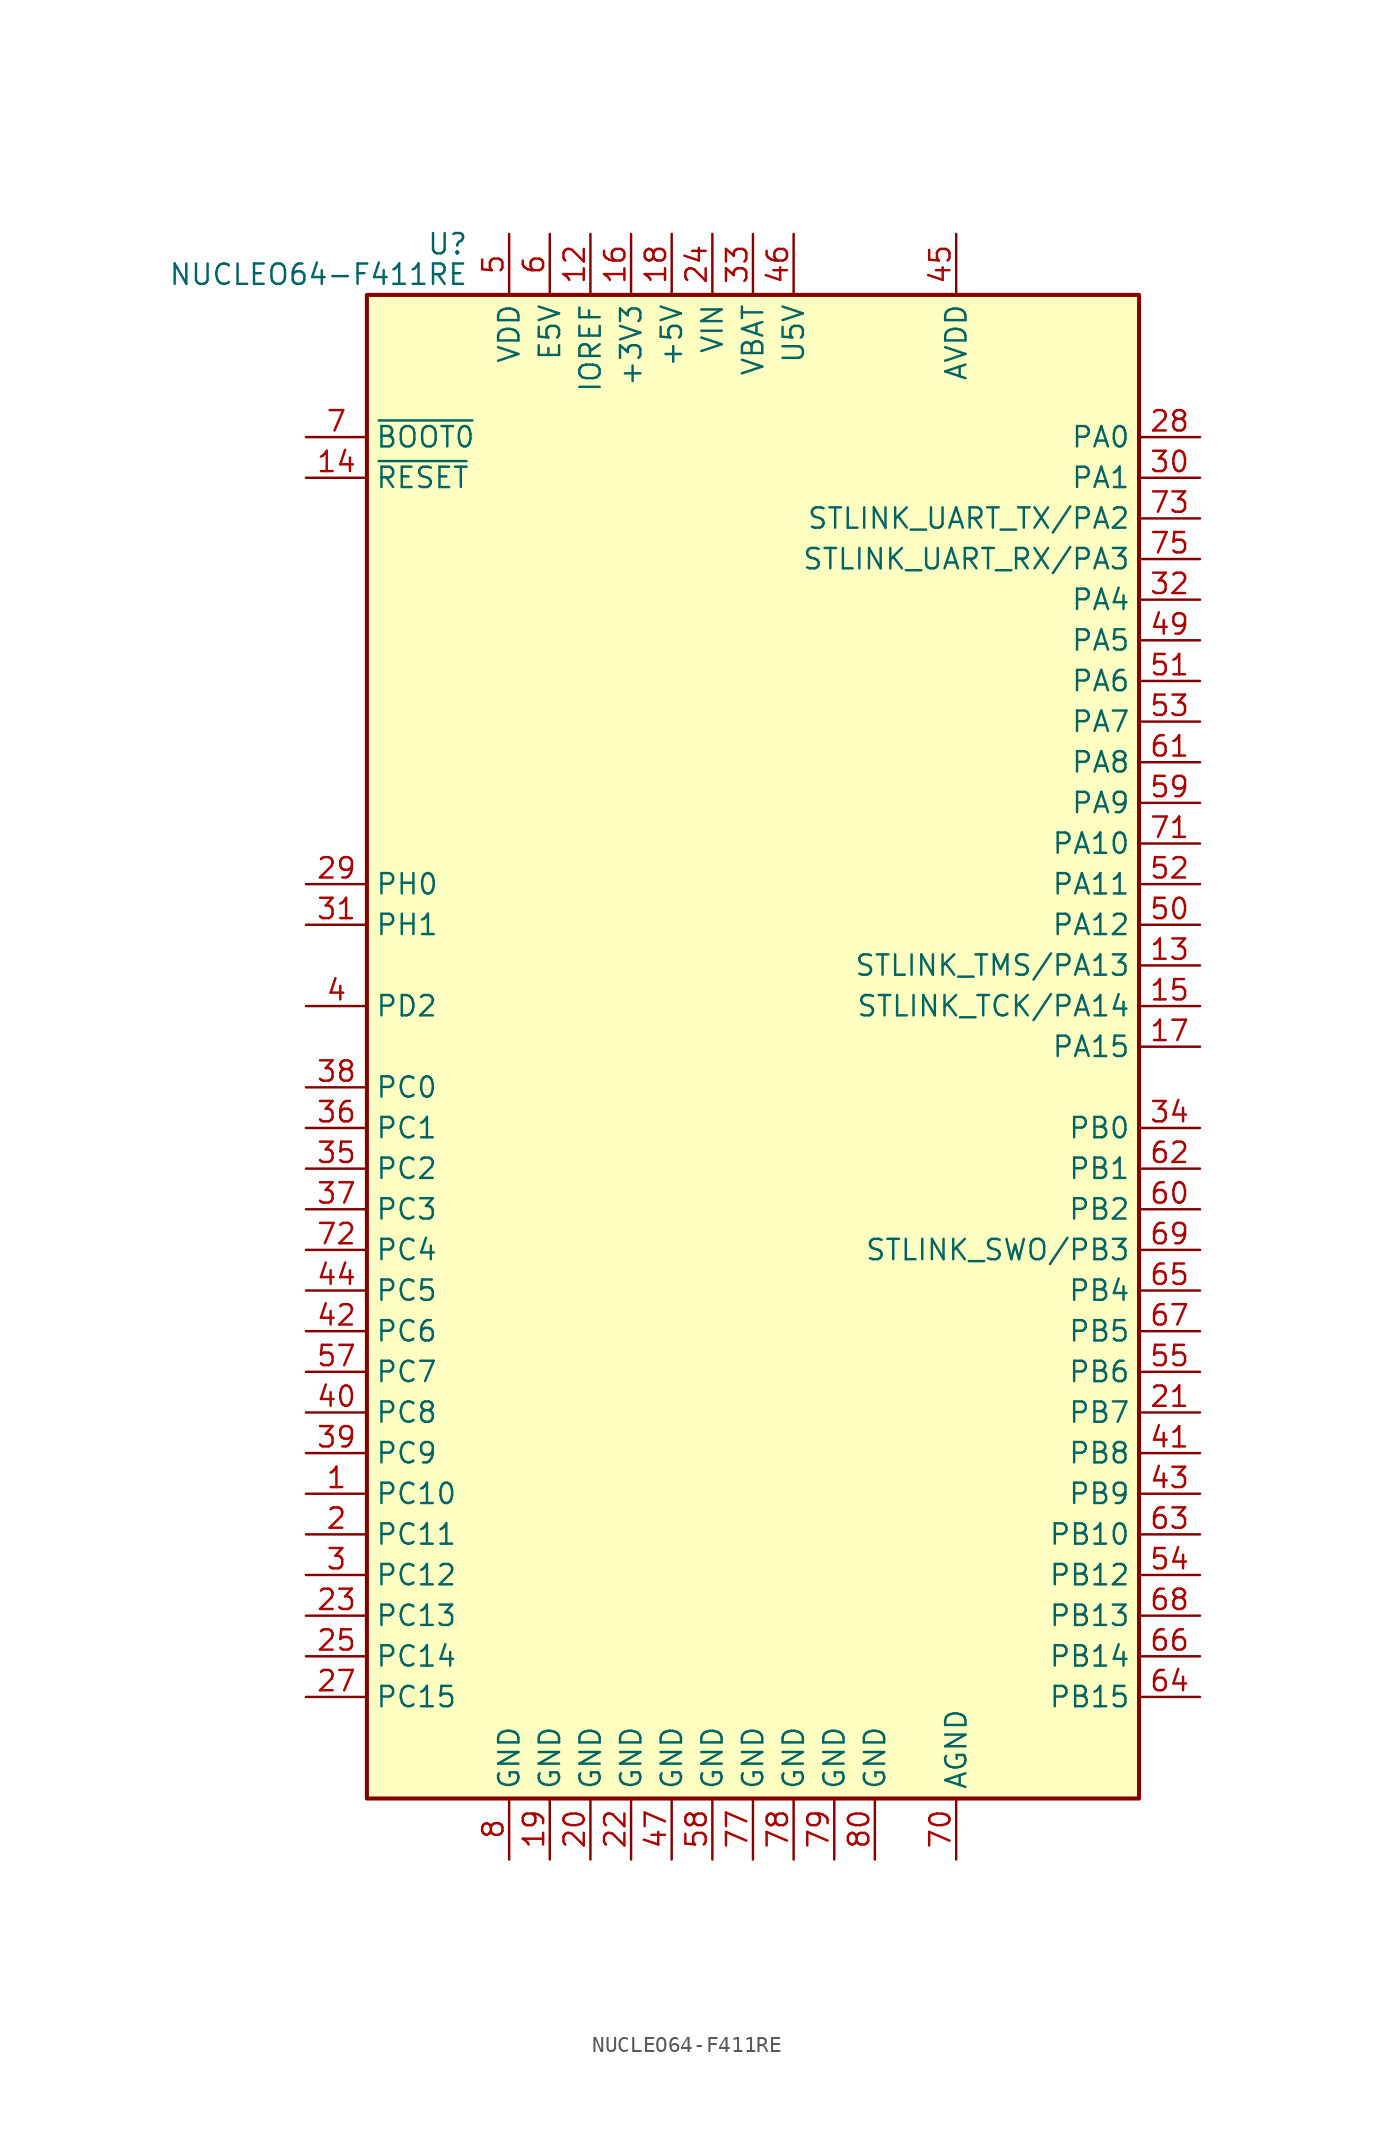
<source format=kicad_sym>
(kicad_symbol_lib
  (version 20241209)
  (generator "kicad_symbol_editor")
  (generator_version "9.0")
  (symbol "NUCLEO64-F411RE"
    (property "Reference" "U"
      (at -17.78 50.165 0)
      (effects (font (size 1.27 1.27)) (justify right)))
    (property "Value" "NUCLEO64-F411RE"
      (at -17.78 48.26 0)
      (effects (font (size 1.27 1.27)) (justify right)))
    (symbol "NUCLEO64-F411RE_0_1"
      (rectangle (start -24.13 -46.99) (end 24.13 46.99) (stroke (width 0.254) (type default)) (fill (type background))))
    (symbol "NUCLEO64-F411RE_1_1"
      (pin input line (at -27.94 38.1 0) (length 3.81) (name "~{BOOT0}" (effects (font (size 1.27 1.27)))) (number "7" (effects (font (size 1.27 1.27)))))
      (pin input line (at -27.94 35.56 0) (length 3.81) (name "~{RESET}" (effects (font (size 1.27 1.27)))) (number "14" (effects (font (size 1.27 1.27)))))
      (pin bidirectional line (at -27.94 10.16 0) (length 3.81) (name "PH0" (effects (font (size 1.27 1.27)))) (number "29" (effects (font (size 1.27 1.27)))))
      (pin bidirectional line (at -27.94 7.62 0) (length 3.81) (name "PH1" (effects (font (size 1.27 1.27)))) (number "31" (effects (font (size 1.27 1.27)))))
      (pin bidirectional line (at -27.94 2.54 0) (length 3.81) (name "PD2" (effects (font (size 1.27 1.27)))) (number "4" (effects (font (size 1.27 1.27)))))
      (pin bidirectional line (at -27.94 -2.54 0) (length 3.81) (name "PC0" (effects (font (size 1.27 1.27)))) (number "38" (effects (font (size 1.27 1.27)))))
      (pin bidirectional line (at -27.94 -5.08 0) (length 3.81) (name "PC1" (effects (font (size 1.27 1.27)))) (number "36" (effects (font (size 1.27 1.27)))))
      (pin bidirectional line (at -27.94 -7.62 0) (length 3.81) (name "PC2" (effects (font (size 1.27 1.27)))) (number "35" (effects (font (size 1.27 1.27)))))
      (pin bidirectional line (at -27.94 -10.16 0) (length 3.81) (name "PC3" (effects (font (size 1.27 1.27)))) (number "37" (effects (font (size 1.27 1.27)))))
      (pin bidirectional line (at -27.94 -12.7 0) (length 3.81) (name "PC4" (effects (font (size 1.27 1.27)))) (number "72" (effects (font (size 1.27 1.27)))))
      (pin bidirectional line (at -27.94 -15.24 0) (length 3.81) (name "PC5" (effects (font (size 1.27 1.27)))) (number "44" (effects (font (size 1.27 1.27)))))
      (pin bidirectional line (at -27.94 -17.78 0) (length 3.81) (name "PC6" (effects (font (size 1.27 1.27)))) (number "42" (effects (font (size 1.27 1.27)))))
      (pin bidirectional line (at -27.94 -20.32 0) (length 3.81) (name "PC7" (effects (font (size 1.27 1.27)))) (number "57" (effects (font (size 1.27 1.27)))))
      (pin bidirectional line (at -27.94 -22.86 0) (length 3.81) (name "PC8" (effects (font (size 1.27 1.27)))) (number "40" (effects (font (size 1.27 1.27)))))
      (pin bidirectional line (at -27.94 -25.4 0) (length 3.81) (name "PC9" (effects (font (size 1.27 1.27)))) (number "39" (effects (font (size 1.27 1.27)))))
      (pin bidirectional line (at -27.94 -27.94 0) (length 3.81) (name "PC10" (effects (font (size 1.27 1.27)))) (number "1" (effects (font (size 1.27 1.27)))))
      (pin bidirectional line (at -27.94 -30.48 0) (length 3.81) (name "PC11" (effects (font (size 1.27 1.27)))) (number "2" (effects (font (size 1.27 1.27)))))
      (pin bidirectional line (at -27.94 -33.02 0) (length 3.81) (name "PC12" (effects (font (size 1.27 1.27)))) (number "3" (effects (font (size 1.27 1.27)))))
      (pin bidirectional line (at -27.94 -35.56 0) (length 3.81) (name "PC13" (effects (font (size 1.27 1.27)))) (number "23" (effects (font (size 1.27 1.27)))))
      (pin bidirectional line (at -27.94 -38.1 0) (length 3.81) (name "PC14" (effects (font (size 1.27 1.27)))) (number "25" (effects (font (size 1.27 1.27)))))
      (pin bidirectional line (at -27.94 -40.64 0) (length 3.81) (name "PC15" (effects (font (size 1.27 1.27)))) (number "27" (effects (font (size 1.27 1.27)))))
      (pin no_connect line (at -24.13 33.02 0) (length 3.81) (hide yes) (name "NC" (effects (font (size 1.27 1.27)))) (number "56" (effects (font (size 1.27 1.27)))))
      (pin no_connect line (at -24.13 30.48 0) (length 3.81) (hide yes) (name "NC" (effects (font (size 1.27 1.27)))) (number "74" (effects (font (size 1.27 1.27)))))
      (pin no_connect line (at -24.13 27.94 0) (length 3.81) (hide yes) (name "NC" (effects (font (size 1.27 1.27)))) (number "76" (effects (font (size 1.27 1.27)))))
      (pin no_connect line (at -24.13 25.4 0) (length 3.81) (hide yes) (name "NC" (effects (font (size 1.27 1.27)))) (number "48" (effects (font (size 1.27 1.27)))))
      (pin no_connect line (at -24.13 22.86 0) (length 3.81) (hide yes) (name "NC" (effects (font (size 1.27 1.27)))) (number "26" (effects (font (size 1.27 1.27)))))
      (pin no_connect line (at -24.13 20.32 0) (length 3.81) (hide yes) (name "NC" (effects (font (size 1.27 1.27)))) (number "10" (effects (font (size 1.27 1.27)))))
      (pin no_connect line (at -24.13 17.78 0) (length 3.81) (hide yes) (name "NC" (effects (font (size 1.27 1.27)))) (number "9" (effects (font (size 1.27 1.27)))))
      (pin no_connect line (at -24.13 15.24 0) (length 3.81) (hide yes) (name "NC" (effects (font (size 1.27 1.27)))) (number "11" (effects (font (size 1.27 1.27)))))
      (pin power_in line (at -15.24 50.8 270) (length 3.81) (name "VDD" (effects (font (size 1.27 1.27)))) (number "5" (effects (font (size 1.27 1.27)))))
      (pin power_in line (at -15.24 -50.8 90) (length 3.81) (name "GND" (effects (font (size 1.27 1.27)))) (number "8" (effects (font (size 1.27 1.27)))))
      (pin power_in line (at -12.7 50.8 270) (length 3.81) (name "E5V" (effects (font (size 1.27 1.27)))) (number "6" (effects (font (size 1.27 1.27)))))
      (pin power_in line (at -12.7 -50.8 90) (length 3.81) (name "GND" (effects (font (size 1.27 1.27)))) (number "19" (effects (font (size 1.27 1.27)))))
      (pin power_in line (at -10.16 50.8 270) (length 3.81) (name "IOREF" (effects (font (size 1.27 1.27)))) (number "12" (effects (font (size 1.27 1.27)))))
      (pin power_in line (at -10.16 -50.8 90) (length 3.81) (name "GND" (effects (font (size 1.27 1.27)))) (number "20" (effects (font (size 1.27 1.27)))))
      (pin power_in line (at -7.62 50.8 270) (length 3.81) (name "+3V3" (effects (font (size 1.27 1.27)))) (number "16" (effects (font (size 1.27 1.27)))))
      (pin power_in line (at -7.62 -50.8 90) (length 3.81) (name "GND" (effects (font (size 1.27 1.27)))) (number "22" (effects (font (size 1.27 1.27)))))
      (pin power_in line (at -5.08 50.8 270) (length 3.81) (name "+5V" (effects (font (size 1.27 1.27)))) (number "18" (effects (font (size 1.27 1.27)))))
      (pin power_in line (at -5.08 -50.8 90) (length 3.81) (name "GND" (effects (font (size 1.27 1.27)))) (number "47" (effects (font (size 1.27 1.27)))))
      (pin power_in line (at -2.54 50.8 270) (length 3.81) (name "VIN" (effects (font (size 1.27 1.27)))) (number "24" (effects (font (size 1.27 1.27)))))
      (pin power_in line (at -2.54 -50.8 90) (length 3.81) (name "GND" (effects (font (size 1.27 1.27)))) (number "58" (effects (font (size 1.27 1.27)))))
      (pin power_in line (at 0 50.8 270) (length 3.81) (name "VBAT" (effects (font (size 1.27 1.27)))) (number "33" (effects (font (size 1.27 1.27)))))
      (pin power_in line (at 0 -50.8 90) (length 3.81) (name "GND" (effects (font (size 1.27 1.27)))) (number "77" (effects (font (size 1.27 1.27)))))
      (pin power_in line (at 2.54 50.8 270) (length 3.81) (name "U5V" (effects (font (size 1.27 1.27)))) (number "46" (effects (font (size 1.27 1.27)))))
      (pin power_in line (at 2.54 -50.8 90) (length 3.81) (name "GND" (effects (font (size 1.27 1.27)))) (number "78" (effects (font (size 1.27 1.27)))))
      (pin power_in line (at 5.08 -50.8 90) (length 3.81) (name "GND" (effects (font (size 1.27 1.27)))) (number "79" (effects (font (size 1.27 1.27)))))
      (pin power_in line (at 7.62 -50.8 90) (length 3.81) (name "GND" (effects (font (size 1.27 1.27)))) (number "80" (effects (font (size 1.27 1.27)))))
      (pin power_in line (at 12.7 50.8 270) (length 3.81) (name "AVDD" (effects (font (size 1.27 1.27)))) (number "45" (effects (font (size 1.27 1.27)))))
      (pin power_in line (at 12.7 -50.8 90) (length 3.81) (name "AGND" (effects (font (size 1.27 1.27)))) (number "70" (effects (font (size 1.27 1.27)))))
      (pin bidirectional line (at 27.94 38.1 180) (length 3.81) (name "PA0" (effects (font (size 1.27 1.27)))) (number "28" (effects (font (size 1.27 1.27)))))
      (pin bidirectional line (at 27.94 35.56 180) (length 3.81) (name "PA1" (effects (font (size 1.27 1.27)))) (number "30" (effects (font (size 1.27 1.27)))))
      (pin bidirectional line (at 27.94 33.02 180) (length 3.81) (name "STLINK_UART_TX/PA2" (effects (font (size 1.27 1.27)))) (number "73" (effects (font (size 1.27 1.27)))))
      (pin bidirectional line (at 27.94 30.48 180) (length 3.81) (name "STLINK_UART_RX/PA3" (effects (font (size 1.27 1.27)))) (number "75" (effects (font (size 1.27 1.27)))))
      (pin bidirectional line (at 27.94 27.94 180) (length 3.81) (name "PA4" (effects (font (size 1.27 1.27)))) (number "32" (effects (font (size 1.27 1.27)))))
      (pin bidirectional line (at 27.94 25.4 180) (length 3.81) (name "PA5" (effects (font (size 1.27 1.27)))) (number "49" (effects (font (size 1.27 1.27)))))
      (pin bidirectional line (at 27.94 22.86 180) (length 3.81) (name "PA6" (effects (font (size 1.27 1.27)))) (number "51" (effects (font (size 1.27 1.27)))))
      (pin bidirectional line (at 27.94 20.32 180) (length 3.81) (name "PA7" (effects (font (size 1.27 1.27)))) (number "53" (effects (font (size 1.27 1.27)))))
      (pin bidirectional line (at 27.94 17.78 180) (length 3.81) (name "PA8" (effects (font (size 1.27 1.27)))) (number "61" (effects (font (size 1.27 1.27)))))
      (pin bidirectional line (at 27.94 15.24 180) (length 3.81) (name "PA9" (effects (font (size 1.27 1.27)))) (number "59" (effects (font (size 1.27 1.27)))))
      (pin bidirectional line (at 27.94 12.7 180) (length 3.81) (name "PA10" (effects (font (size 1.27 1.27)))) (number "71" (effects (font (size 1.27 1.27)))))
      (pin bidirectional line (at 27.94 10.16 180) (length 3.81) (name "PA11" (effects (font (size 1.27 1.27)))) (number "52" (effects (font (size 1.27 1.27)))))
      (pin bidirectional line (at 27.94 7.62 180) (length 3.81) (name "PA12" (effects (font (size 1.27 1.27)))) (number "50" (effects (font (size 1.27 1.27)))))
      (pin bidirectional line (at 27.94 5.08 180) (length 3.81) (name "STLINK_TMS/PA13" (effects (font (size 1.27 1.27)))) (number "13" (effects (font (size 1.27 1.27)))))
      (pin bidirectional line (at 27.94 2.54 180) (length 3.81) (name "STLINK_TCK/PA14" (effects (font (size 1.27 1.27)))) (number "15" (effects (font (size 1.27 1.27)))))
      (pin bidirectional line (at 27.94 0 180) (length 3.81) (name "PA15" (effects (font (size 1.27 1.27)))) (number "17" (effects (font (size 1.27 1.27)))))
      (pin bidirectional line (at 27.94 -5.08 180) (length 3.81) (name "PB0" (effects (font (size 1.27 1.27)))) (number "34" (effects (font (size 1.27 1.27)))))
      (pin bidirectional line (at 27.94 -7.62 180) (length 3.81) (name "PB1" (effects (font (size 1.27 1.27)))) (number "62" (effects (font (size 1.27 1.27)))))
      (pin bidirectional line (at 27.94 -10.16 180) (length 3.81) (name "PB2" (effects (font (size 1.27 1.27)))) (number "60" (effects (font (size 1.27 1.27)))))
      (pin bidirectional line (at 27.94 -12.7 180) (length 3.81) (name "STLINK_SWO/PB3" (effects (font (size 1.27 1.27)))) (number "69" (effects (font (size 1.27 1.27)))))
      (pin bidirectional line (at 27.94 -15.24 180) (length 3.81) (name "PB4" (effects (font (size 1.27 1.27)))) (number "65" (effects (font (size 1.27 1.27)))))
      (pin bidirectional line (at 27.94 -17.78 180) (length 3.81) (name "PB5" (effects (font (size 1.27 1.27)))) (number "67" (effects (font (size 1.27 1.27)))))
      (pin bidirectional line (at 27.94 -20.32 180) (length 3.81) (name "PB6" (effects (font (size 1.27 1.27)))) (number "55" (effects (font (size 1.27 1.27)))))
      (pin bidirectional line (at 27.94 -22.86 180) (length 3.81) (name "PB7" (effects (font (size 1.27 1.27)))) (number "21" (effects (font (size 1.27 1.27)))))
      (pin bidirectional line (at 27.94 -25.4 180) (length 3.81) (name "PB8" (effects (font (size 1.27 1.27)))) (number "41" (effects (font (size 1.27 1.27)))))
      (pin bidirectional line (at 27.94 -27.94 180) (length 3.81) (name "PB9" (effects (font (size 1.27 1.27)))) (number "43" (effects (font (size 1.27 1.27)))))
      (pin bidirectional line (at 27.94 -30.48 180) (length 3.81) (name "PB10" (effects (font (size 1.27 1.27)))) (number "63" (effects (font (size 1.27 1.27)))))
      (pin bidirectional line (at 27.94 -33.02 180) (length 3.81) (name "PB12" (effects (font (size 1.27 1.27)))) (number "54" (effects (font (size 1.27 1.27)))))
      (pin bidirectional line (at 27.94 -35.56 180) (length 3.81) (name "PB13" (effects (font (size 1.27 1.27)))) (number "68" (effects (font (size 1.27 1.27)))))
      (pin bidirectional line (at 27.94 -38.1 180) (length 3.81) (name "PB14" (effects (font (size 1.27 1.27)))) (number "66" (effects (font (size 1.27 1.27)))))
      (pin bidirectional line (at 27.94 -40.64 180) (length 3.81) (name "PB15" (effects (font (size 1.27 1.27)))) (number "64" (effects (font (size 1.27 1.27))))))))
</source>
